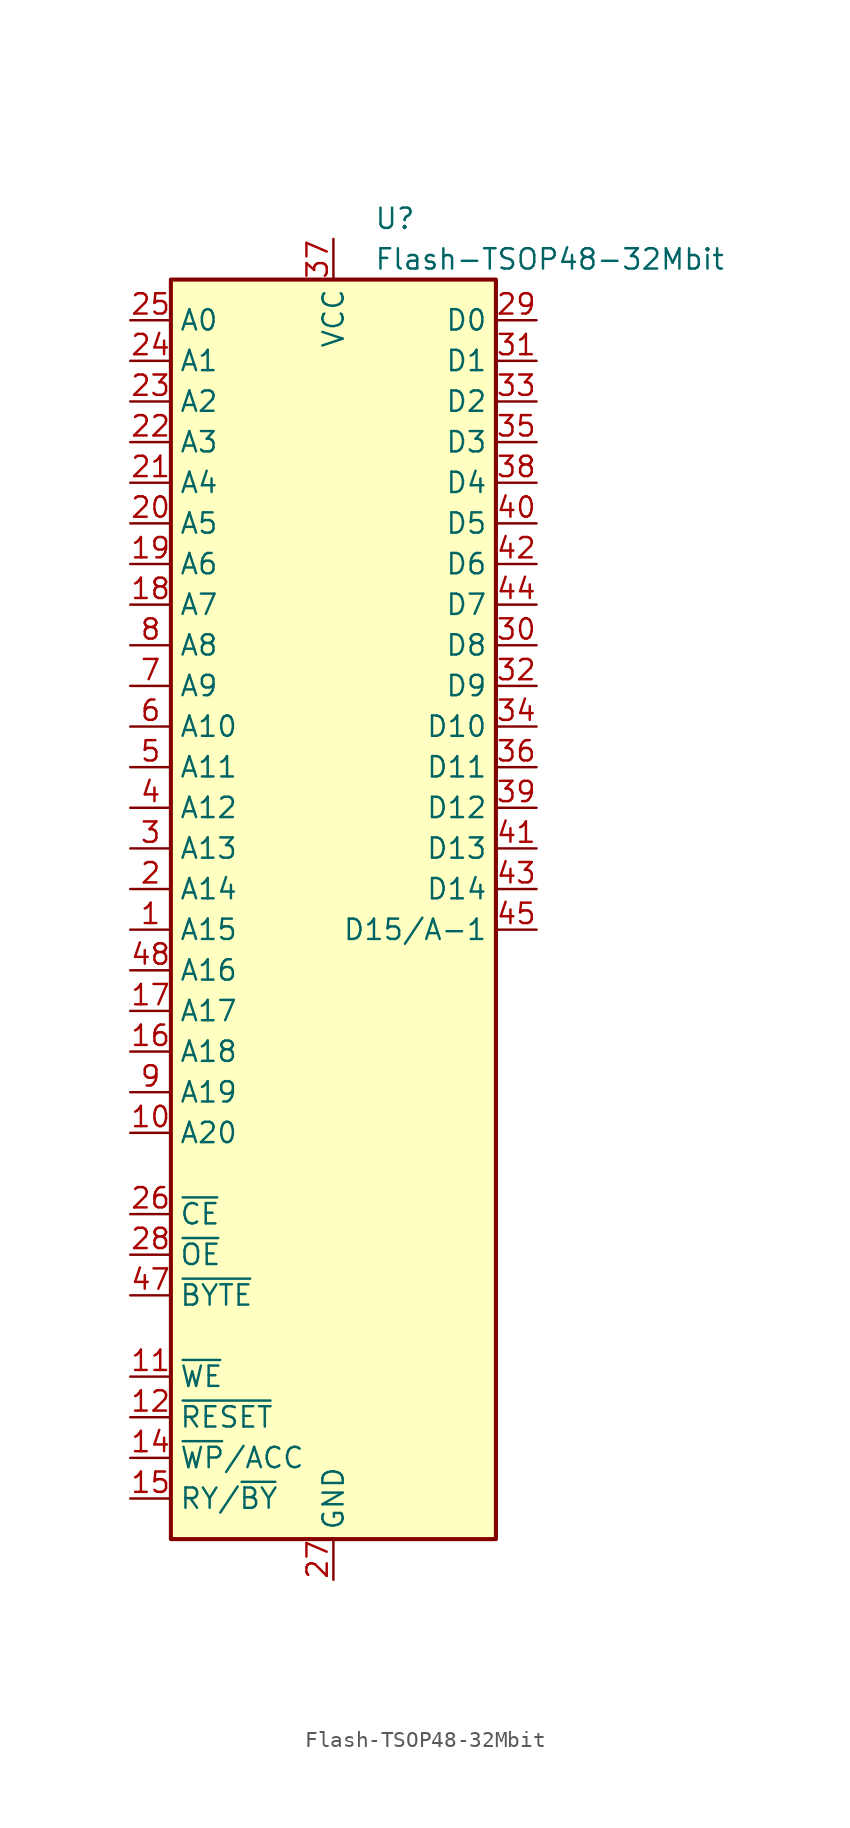
<source format=kicad_sym>
(kicad_symbol_lib
  (version 20220914)
  (generator kicad_symbol_editor)
  (symbol "Flash-TSOP48-32Mbit"
    (property "Reference" "U"
      (at 2.54 43.18 0)
      (effects (font (size 1.27 1.27)) (justify left)))
    (property "Value" "Flash-TSOP48-32Mbit"
      (at 2.54 40.64 0)
      (effects (font (size 1.27 1.27)) (justify left)))
    (symbol "Flash-TSOP48-32Mbit_1_1"
      (rectangle (start -10.16 39.37) (end 10.16 -39.37) (stroke (width 0.254) (type default)) (fill (type background)))
      (pin input line (at -12.7 -1.27 0) (length 2.54) (name "A15" (effects (font (size 1.27 1.27)))) (number "1" (effects (font (size 1.27 1.27)))))
      (pin input line (at -12.7 -13.97 0) (length 2.54) (name "A20" (effects (font (size 1.27 1.27)))) (number "10" (effects (font (size 1.27 1.27)))))
      (pin input line (at -12.7 -29.21 0) (length 2.54) (name "~{WE}" (effects (font (size 1.27 1.27)))) (number "11" (effects (font (size 1.27 1.27)))))
      (pin input line (at -12.7 -31.75 0) (length 2.54) (name "~{RESET}" (effects (font (size 1.27 1.27)))) (number "12" (effects (font (size 1.27 1.27)))))
      (pin input line (at -12.7 -34.29 0) (length 2.54) (name "~{WP}/ACC" (effects (font (size 1.27 1.27)))) (number "14" (effects (font (size 1.27 1.27)))))
      (pin open_collector line (at -12.7 -36.83 0) (length 2.54) (name "RY/~{BY}" (effects (font (size 1.27 1.27)))) (number "15" (effects (font (size 1.27 1.27)))))
      (pin input line (at -12.7 -8.89 0) (length 2.54) (name "A18" (effects (font (size 1.27 1.27)))) (number "16" (effects (font (size 1.27 1.27)))))
      (pin input line (at -12.7 -6.35 0) (length 2.54) (name "A17" (effects (font (size 1.27 1.27)))) (number "17" (effects (font (size 1.27 1.27)))))
      (pin input line (at -12.7 19.05 0) (length 2.54) (name "A7" (effects (font (size 1.27 1.27)))) (number "18" (effects (font (size 1.27 1.27)))))
      (pin input line (at -12.7 21.59 0) (length 2.54) (name "A6" (effects (font (size 1.27 1.27)))) (number "19" (effects (font (size 1.27 1.27)))))
      (pin input line (at -12.7 1.27 0) (length 2.54) (name "A14" (effects (font (size 1.27 1.27)))) (number "2" (effects (font (size 1.27 1.27)))))
      (pin input line (at -12.7 24.13 0) (length 2.54) (name "A5" (effects (font (size 1.27 1.27)))) (number "20" (effects (font (size 1.27 1.27)))))
      (pin input line (at -12.7 26.67 0) (length 2.54) (name "A4" (effects (font (size 1.27 1.27)))) (number "21" (effects (font (size 1.27 1.27)))))
      (pin input line (at -12.7 29.21 0) (length 2.54) (name "A3" (effects (font (size 1.27 1.27)))) (number "22" (effects (font (size 1.27 1.27)))))
      (pin input line (at -12.7 31.75 0) (length 2.54) (name "A2" (effects (font (size 1.27 1.27)))) (number "23" (effects (font (size 1.27 1.27)))))
      (pin input line (at -12.7 34.29 0) (length 2.54) (name "A1" (effects (font (size 1.27 1.27)))) (number "24" (effects (font (size 1.27 1.27)))))
      (pin input line (at -12.7 36.83 0) (length 2.54) (name "A0" (effects (font (size 1.27 1.27)))) (number "25" (effects (font (size 1.27 1.27)))))
      (pin input line (at -12.7 -19.05 0) (length 2.54) (name "~{CE}" (effects (font (size 1.27 1.27)))) (number "26" (effects (font (size 1.27 1.27)))))
      (pin power_in line (at 0 -41.91 90) (length 2.54) (name "GND" (effects (font (size 1.27 1.27)))) (number "27" (effects (font (size 1.27 1.27)))))
      (pin input line (at -12.7 -21.59 0) (length 2.54) (name "~{OE}" (effects (font (size 1.27 1.27)))) (number "28" (effects (font (size 1.27 1.27)))))
      (pin output line (at 12.7 36.83 180) (length 2.54) (name "D0" (effects (font (size 1.27 1.27)))) (number "29" (effects (font (size 1.27 1.27)))))
      (pin input line (at -12.7 3.81 0) (length 2.54) (name "A13" (effects (font (size 1.27 1.27)))) (number "3" (effects (font (size 1.27 1.27)))))
      (pin output line (at 12.7 16.51 180) (length 2.54) (name "D8" (effects (font (size 1.27 1.27)))) (number "30" (effects (font (size 1.27 1.27)))))
      (pin output line (at 12.7 34.29 180) (length 2.54) (name "D1" (effects (font (size 1.27 1.27)))) (number "31" (effects (font (size 1.27 1.27)))))
      (pin output line (at 12.7 13.97 180) (length 2.54) (name "D9" (effects (font (size 1.27 1.27)))) (number "32" (effects (font (size 1.27 1.27)))))
      (pin output line (at 12.7 31.75 180) (length 2.54) (name "D2" (effects (font (size 1.27 1.27)))) (number "33" (effects (font (size 1.27 1.27)))))
      (pin output line (at 12.7 11.43 180) (length 2.54) (name "D10" (effects (font (size 1.27 1.27)))) (number "34" (effects (font (size 1.27 1.27)))))
      (pin output line (at 12.7 29.21 180) (length 2.54) (name "D3" (effects (font (size 1.27 1.27)))) (number "35" (effects (font (size 1.27 1.27)))))
      (pin output line (at 12.7 8.89 180) (length 2.54) (name "D11" (effects (font (size 1.27 1.27)))) (number "36" (effects (font (size 1.27 1.27)))))
      (pin power_in line (at 0 41.91 270) (length 2.54) (name "VCC" (effects (font (size 1.27 1.27)))) (number "37" (effects (font (size 1.27 1.27)))))
      (pin output line (at 12.7 26.67 180) (length 2.54) (name "D4" (effects (font (size 1.27 1.27)))) (number "38" (effects (font (size 1.27 1.27)))))
      (pin output line (at 12.7 6.35 180) (length 2.54) (name "D12" (effects (font (size 1.27 1.27)))) (number "39" (effects (font (size 1.27 1.27)))))
      (pin input line (at -12.7 6.35 0) (length 2.54) (name "A12" (effects (font (size 1.27 1.27)))) (number "4" (effects (font (size 1.27 1.27)))))
      (pin output line (at 12.7 24.13 180) (length 2.54) (name "D5" (effects (font (size 1.27 1.27)))) (number "40" (effects (font (size 1.27 1.27)))))
      (pin output line (at 12.7 3.81 180) (length 2.54) (name "D13" (effects (font (size 1.27 1.27)))) (number "41" (effects (font (size 1.27 1.27)))))
      (pin output line (at 12.7 21.59 180) (length 2.54) (name "D6" (effects (font (size 1.27 1.27)))) (number "42" (effects (font (size 1.27 1.27)))))
      (pin output line (at 12.7 1.27 180) (length 2.54) (name "D14" (effects (font (size 1.27 1.27)))) (number "43" (effects (font (size 1.27 1.27)))))
      (pin output line (at 12.7 19.05 180) (length 2.54) (name "D7" (effects (font (size 1.27 1.27)))) (number "44" (effects (font (size 1.27 1.27)))))
      (pin output line (at 12.7 -1.27 180) (length 2.54) (name "D15/A-1" (effects (font (size 1.27 1.27)))) (number "45" (effects (font (size 1.27 1.27)))))
      (pin passive line (at 0 -41.91 90) (length 2.54) hide (name "GND" (effects (font (size 1.27 1.27)))) (number "46" (effects (font (size 1.27 1.27)))))
      (pin input line (at -12.7 -24.13 0) (length 2.54) (name "~{BYTE}" (effects (font (size 1.27 1.27)))) (number "47" (effects (font (size 1.27 1.27)))))
      (pin input line (at -12.7 -3.81 0) (length 2.54) (name "A16" (effects (font (size 1.27 1.27)))) (number "48" (effects (font (size 1.27 1.27)))))
      (pin input line (at -12.7 8.89 0) (length 2.54) (name "A11" (effects (font (size 1.27 1.27)))) (number "5" (effects (font (size 1.27 1.27)))))
      (pin input line (at -12.7 11.43 0) (length 2.54) (name "A10" (effects (font (size 1.27 1.27)))) (number "6" (effects (font (size 1.27 1.27)))))
      (pin input line (at -12.7 13.97 0) (length 2.54) (name "A9" (effects (font (size 1.27 1.27)))) (number "7" (effects (font (size 1.27 1.27)))))
      (pin input line (at -12.7 16.51 0) (length 2.54) (name "A8" (effects (font (size 1.27 1.27)))) (number "8" (effects (font (size 1.27 1.27)))))
      (pin input line (at -12.7 -11.43 0) (length 2.54) (name "A19" (effects (font (size 1.27 1.27)))) (number "9" (effects (font (size 1.27 1.27))))))))
</source>
